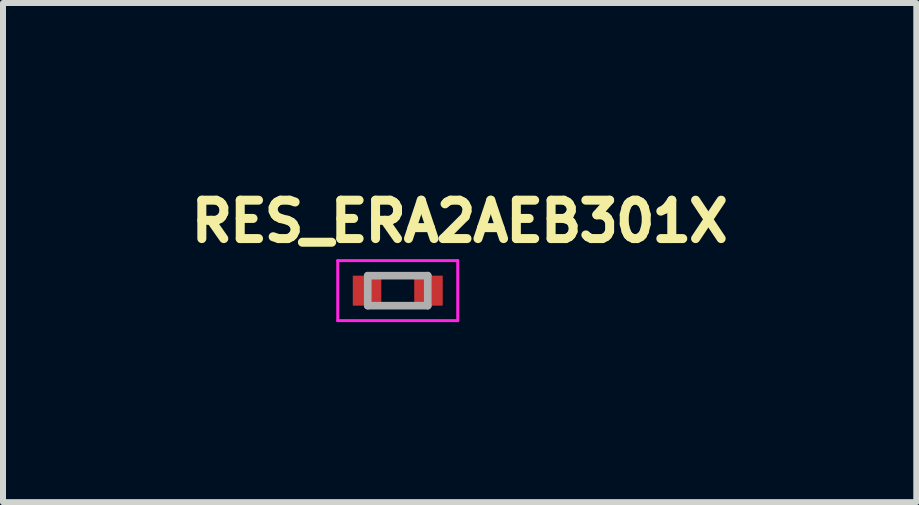
<source format=kicad_pcb>
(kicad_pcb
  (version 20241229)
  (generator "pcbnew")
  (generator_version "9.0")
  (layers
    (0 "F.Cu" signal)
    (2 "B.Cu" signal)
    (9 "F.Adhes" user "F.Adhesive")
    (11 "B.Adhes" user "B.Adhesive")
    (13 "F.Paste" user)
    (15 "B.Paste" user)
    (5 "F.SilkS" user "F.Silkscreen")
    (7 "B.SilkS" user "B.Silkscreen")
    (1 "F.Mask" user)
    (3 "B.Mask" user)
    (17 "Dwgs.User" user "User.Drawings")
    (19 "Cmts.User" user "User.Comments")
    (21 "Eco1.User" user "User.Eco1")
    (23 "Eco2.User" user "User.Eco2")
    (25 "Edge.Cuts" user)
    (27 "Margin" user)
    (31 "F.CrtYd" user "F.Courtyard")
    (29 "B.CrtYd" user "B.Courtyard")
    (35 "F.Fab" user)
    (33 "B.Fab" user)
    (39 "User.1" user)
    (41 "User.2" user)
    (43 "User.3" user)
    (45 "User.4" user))
  (footprint "RES_ERA2AEB301X"
    (layer "F.Cu")
    (at 3.579 1.794)
    (property "Reference" "RES_ERA2AEB301X" (at 1.032 -1.156 0) (layer "F.SilkS") (effects (font (size 0.64 0.64) (thickness 0.15))))
    (attr smd)
    (fp_line (start -1 -0.5) (end -1 0.5) (stroke (width 0.05) (type solid)) (layer "F.CrtYd"))
    (fp_line (start -1 0.5) (end 1 0.5) (stroke (width 0.05) (type solid)) (layer "F.CrtYd"))
    (fp_line (start 1 -0.5) (end -1 -0.5) (stroke (width 0.05) (type solid)) (layer "F.CrtYd"))
    (fp_line (start 1 0.5) (end 1 -0.5) (stroke (width 0.05) (type solid)) (layer "F.CrtYd"))
    (fp_line (start -0.5 -0.25) (end -0.5 0.25) (stroke (width 0.127) (type solid)) (layer "F.Fab"))
    (fp_line (start -0.5 -0.25) (end 0.5 -0.25) (stroke (width 0.127) (type solid)) (layer "F.Fab"))
    (fp_line (start -0.5 0.25) (end 0.5 0.25) (stroke (width 0.127) (type solid)) (layer "F.Fab"))
    (fp_line (start 0.5 -0.25) (end 0.5 0.25) (stroke (width 0.127) (type solid)) (layer "F.Fab"))
    (pad "1" smd rect (at -0.512 0) (size 0.475 0.5) (layers "F.Cu" "F.Mask" "F.Paste"))
    (pad "2" smd rect (at 0.512 0) (size 0.475 0.5) (layers "F.Cu" "F.Mask" "F.Paste")))
  (gr_rect
    (start -3 -3)
    (end 12.221 5.319)
    (stroke (width 0.1) (type default))
    (fill no)
    (layer "Edge.Cuts")))
</source>
